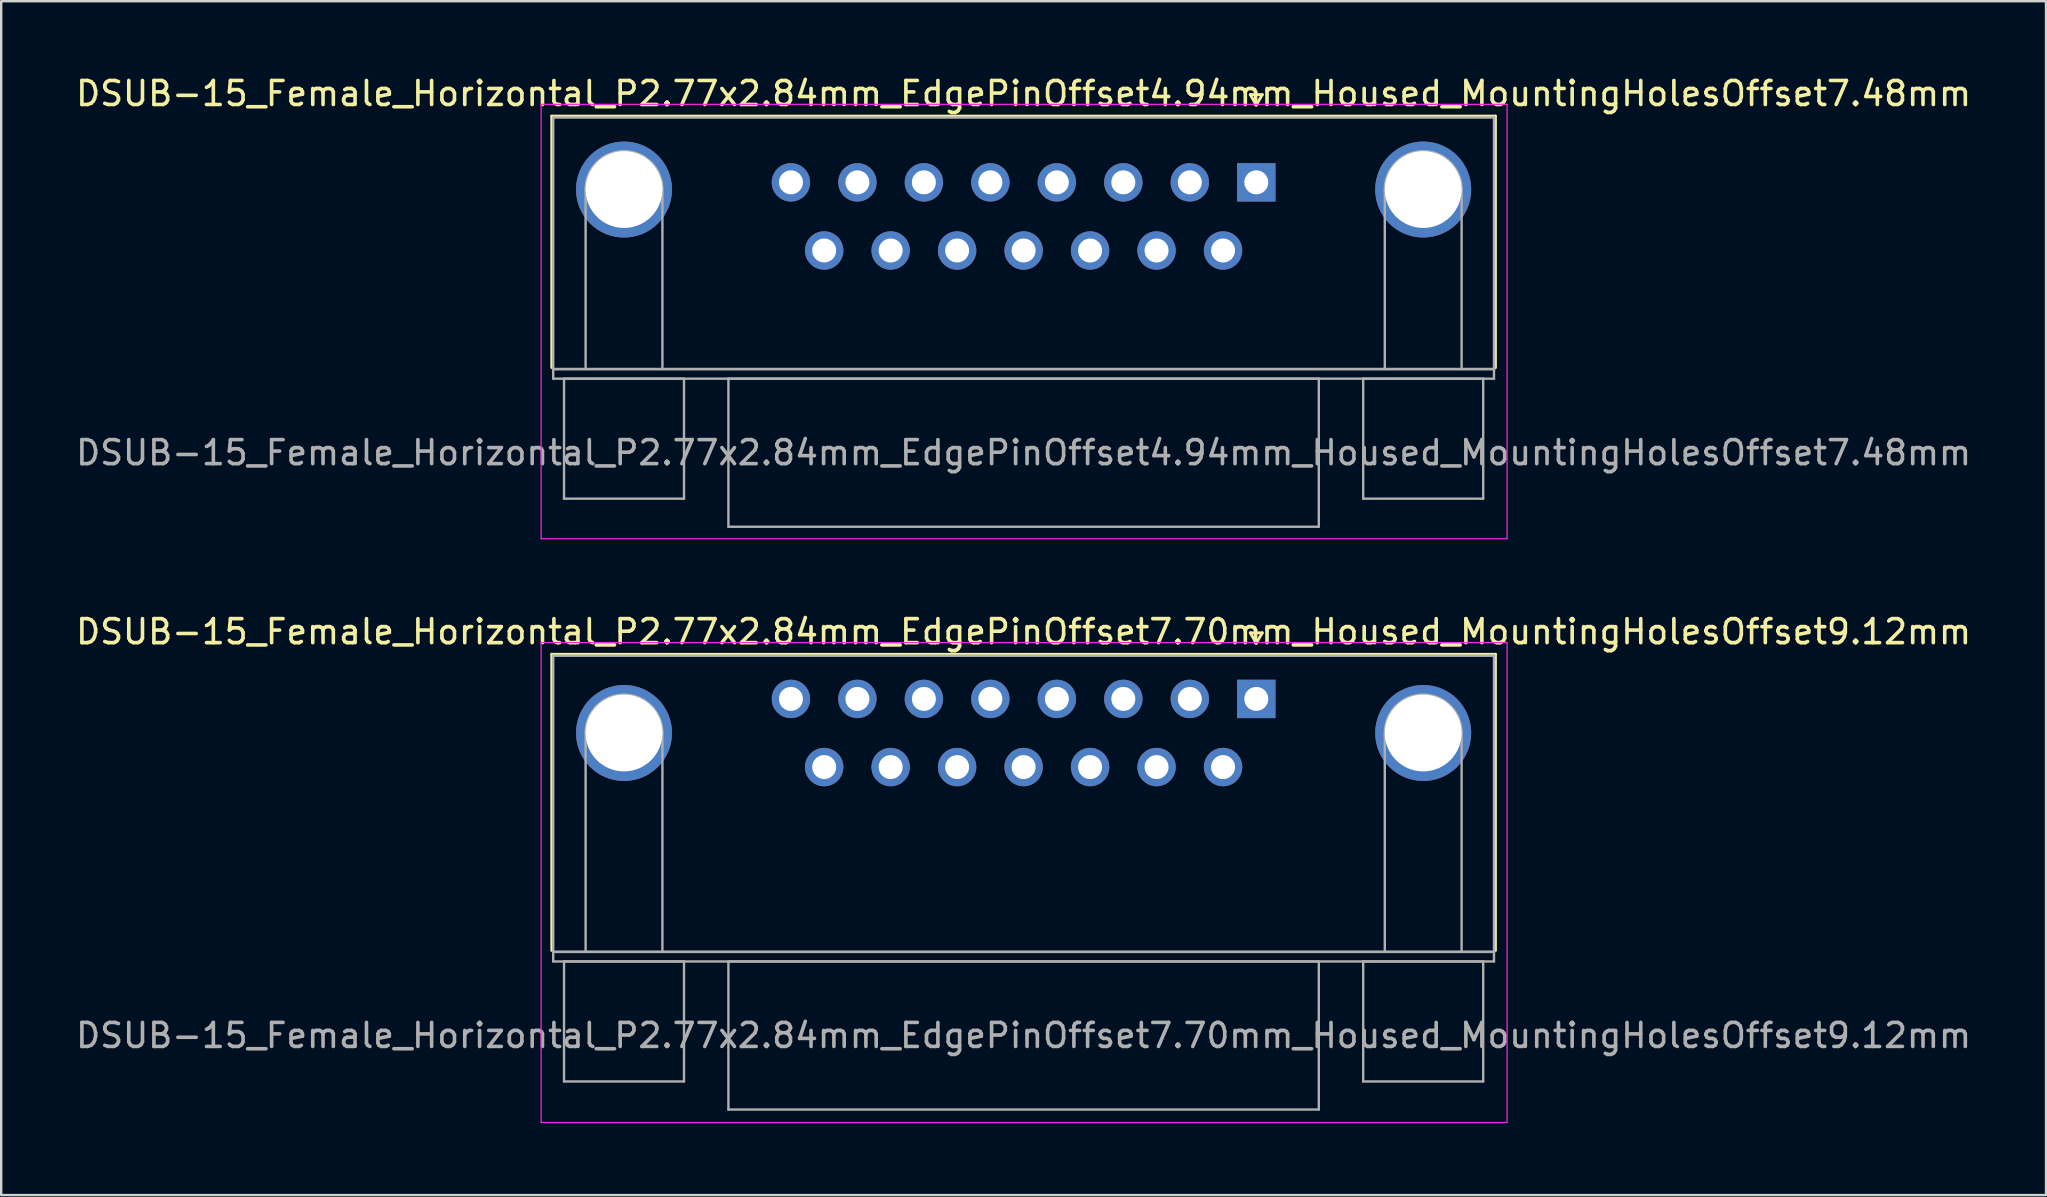
<source format=kicad_pcb>
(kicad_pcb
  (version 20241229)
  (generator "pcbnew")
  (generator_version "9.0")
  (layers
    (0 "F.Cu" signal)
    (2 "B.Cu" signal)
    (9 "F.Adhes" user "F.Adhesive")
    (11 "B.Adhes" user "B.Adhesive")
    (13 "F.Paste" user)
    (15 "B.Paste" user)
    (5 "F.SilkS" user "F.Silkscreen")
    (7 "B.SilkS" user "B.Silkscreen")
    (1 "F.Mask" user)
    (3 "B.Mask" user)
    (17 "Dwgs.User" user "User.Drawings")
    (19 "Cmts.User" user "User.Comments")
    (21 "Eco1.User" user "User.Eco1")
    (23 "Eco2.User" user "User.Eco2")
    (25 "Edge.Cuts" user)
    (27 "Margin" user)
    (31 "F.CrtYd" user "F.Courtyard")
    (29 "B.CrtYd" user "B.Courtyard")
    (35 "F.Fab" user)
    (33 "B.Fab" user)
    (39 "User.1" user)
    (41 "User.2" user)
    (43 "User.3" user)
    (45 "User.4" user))
  (footprint "DSUB-15_Female_Horizontal_P2.77x2.84mm_EdgePinOffset7.70mm_Housed_MountingHolesOffset9.12mm"
    (layer "F.Cu")
    (at 49.296 26.072)
    (property "Reference" "DSUB-15_Female_Horizontal_P2.77x2.84mm_EdgePinOffset7.70mm_Housed_MountingHolesOffset9.12mm" (at -9.695 -2.8 0) (layer "F.SilkS") (effects (font (size 1 1) (thickness 0.15))))
    (attr through_hole)
    (fp_line (start -29.355 -1.86) (end 9.965 -1.86) (stroke (width 0.12) (type solid)) (layer "F.SilkS"))
    (fp_line (start -29.355 10.48) (end -29.355 -1.86) (stroke (width 0.12) (type solid)) (layer "F.SilkS"))
    (fp_line (start -0.25 -2.754) (end 0.25 -2.754) (stroke (width 0.12) (type solid)) (layer "F.SilkS"))
    (fp_line (start 0 -2.321) (end -0.25 -2.754) (stroke (width 0.12) (type solid)) (layer "F.SilkS"))
    (fp_line (start 0.25 -2.754) (end 0 -2.321) (stroke (width 0.12) (type solid)) (layer "F.SilkS"))
    (fp_line (start 9.965 -1.86) (end 9.965 10.48) (stroke (width 0.12) (type solid)) (layer "F.SilkS"))
    (fp_line (start -29.8 -2.35) (end -29.8 17.65) (stroke (width 0.05) (type solid)) (layer "F.CrtYd"))
    (fp_line (start -29.8 17.65) (end 10.45 17.65) (stroke (width 0.05) (type solid)) (layer "F.CrtYd"))
    (fp_line (start 10.45 -2.35) (end -29.8 -2.35) (stroke (width 0.05) (type solid)) (layer "F.CrtYd"))
    (fp_line (start 10.45 17.65) (end 10.45 -2.35) (stroke (width 0.05) (type solid)) (layer "F.CrtYd"))
    (fp_line (start -29.295 -1.8) (end -29.295 10.54) (stroke (width 0.1) (type solid)) (layer "F.Fab"))
    (fp_line (start -29.295 10.54) (end -29.295 10.94) (stroke (width 0.1) (type solid)) (layer "F.Fab"))
    (fp_line (start -29.295 10.54) (end 9.905 10.54) (stroke (width 0.1) (type solid)) (layer "F.Fab"))
    (fp_line (start -29.295 10.94) (end 9.905 10.94) (stroke (width 0.1) (type solid)) (layer "F.Fab"))
    (fp_line (start -28.845 10.94) (end -28.845 15.94) (stroke (width 0.1) (type solid)) (layer "F.Fab"))
    (fp_line (start -28.845 15.94) (end -23.845 15.94) (stroke (width 0.1) (type solid)) (layer "F.Fab"))
    (fp_line (start -27.945 10.54) (end -27.945 1.42) (stroke (width 0.1) (type solid)) (layer "F.Fab"))
    (fp_line (start -24.745 10.54) (end -24.745 1.42) (stroke (width 0.1) (type solid)) (layer "F.Fab"))
    (fp_line (start -23.845 10.94) (end -28.845 10.94) (stroke (width 0.1) (type solid)) (layer "F.Fab"))
    (fp_line (start -23.845 15.94) (end -23.845 10.94) (stroke (width 0.1) (type solid)) (layer "F.Fab"))
    (fp_line (start -21.995 10.94) (end -21.995 17.11) (stroke (width 0.1) (type solid)) (layer "F.Fab"))
    (fp_line (start -21.995 17.11) (end 2.605 17.11) (stroke (width 0.1) (type solid)) (layer "F.Fab"))
    (fp_line (start 2.605 10.94) (end -21.995 10.94) (stroke (width 0.1) (type solid)) (layer "F.Fab"))
    (fp_line (start 2.605 17.11) (end 2.605 10.94) (stroke (width 0.1) (type solid)) (layer "F.Fab"))
    (fp_line (start 4.455 10.94) (end 4.455 15.94) (stroke (width 0.1) (type solid)) (layer "F.Fab"))
    (fp_line (start 4.455 15.94) (end 9.455 15.94) (stroke (width 0.1) (type solid)) (layer "F.Fab"))
    (fp_line (start 5.355 10.54) (end 5.355 1.42) (stroke (width 0.1) (type solid)) (layer "F.Fab"))
    (fp_line (start 8.555 10.54) (end 8.555 1.42) (stroke (width 0.1) (type solid)) (layer "F.Fab"))
    (fp_line (start 9.455 10.94) (end 4.455 10.94) (stroke (width 0.1) (type solid)) (layer "F.Fab"))
    (fp_line (start 9.455 15.94) (end 9.455 10.94) (stroke (width 0.1) (type solid)) (layer "F.Fab"))
    (fp_line (start 9.905 -1.8) (end -29.295 -1.8) (stroke (width 0.1) (type solid)) (layer "F.Fab"))
    (fp_line (start 9.905 10.54) (end -29.295 10.54) (stroke (width 0.1) (type solid)) (layer "F.Fab"))
    (fp_line (start 9.905 10.54) (end 9.905 -1.8) (stroke (width 0.1) (type solid)) (layer "F.Fab"))
    (fp_line (start 9.905 10.94) (end 9.905 10.54) (stroke (width 0.1) (type solid)) (layer "F.Fab"))
    (fp_arc (start -27.945 1.42) (mid -26.345 -0.18) (end -24.745 1.42) (stroke (width 0.1) (type solid)) (layer "F.Fab"))
    (fp_arc (start 5.355 1.42) (mid 6.955 -0.18) (end 8.555 1.42) (stroke (width 0.1) (type solid)) (layer "F.Fab"))
    (fp_text user "${REFERENCE}" (at -9.695 14.025 0) (layer "F.Fab") (effects (font (size 1 1) (thickness 0.15))))
    (pad "0" thru_hole circle (at -26.345 1.42) (size 4 4) (drill 3.2) (layers "*.Cu" "*.Mask"))
    (pad "0" thru_hole circle (at 6.955 1.42) (size 4 4) (drill 3.2) (layers "*.Cu" "*.Mask"))
    (pad "1" thru_hole rect (at 0 0) (size 1.6 1.6) (drill 1) (layers "*.Cu" "*.Mask"))
    (pad "2" thru_hole circle (at -2.77 0) (size 1.6 1.6) (drill 1) (layers "*.Cu" "*.Mask"))
    (pad "3" thru_hole circle (at -5.54 0) (size 1.6 1.6) (drill 1) (layers "*.Cu" "*.Mask"))
    (pad "4" thru_hole circle (at -8.31 0) (size 1.6 1.6) (drill 1) (layers "*.Cu" "*.Mask"))
    (pad "5" thru_hole circle (at -11.08 0) (size 1.6 1.6) (drill 1) (layers "*.Cu" "*.Mask"))
    (pad "6" thru_hole circle (at -13.85 0) (size 1.6 1.6) (drill 1) (layers "*.Cu" "*.Mask"))
    (pad "7" thru_hole circle (at -16.62 0) (size 1.6 1.6) (drill 1) (layers "*.Cu" "*.Mask"))
    (pad "8" thru_hole circle (at -19.39 0) (size 1.6 1.6) (drill 1) (layers "*.Cu" "*.Mask"))
    (pad "9" thru_hole circle (at -1.385 2.84) (size 1.6 1.6) (drill 1) (layers "*.Cu" "*.Mask"))
    (pad "10" thru_hole circle (at -4.155 2.84) (size 1.6 1.6) (drill 1) (layers "*.Cu" "*.Mask"))
    (pad "11" thru_hole circle (at -6.925 2.84) (size 1.6 1.6) (drill 1) (layers "*.Cu" "*.Mask"))
    (pad "12" thru_hole circle (at -9.695 2.84) (size 1.6 1.6) (drill 1) (layers "*.Cu" "*.Mask"))
    (pad "13" thru_hole circle (at -12.465 2.84) (size 1.6 1.6) (drill 1) (layers "*.Cu" "*.Mask"))
    (pad "14" thru_hole circle (at -15.235 2.84) (size 1.6 1.6) (drill 1) (layers "*.Cu" "*.Mask"))
    (pad "15" thru_hole circle (at -18.005 2.84) (size 1.6 1.6) (drill 1) (layers "*.Cu" "*.Mask")))
  (footprint "DSUB-15_Female_Horizontal_P2.77x2.84mm_EdgePinOffset4.94mm_Housed_MountingHolesOffset7.48mm"
    (layer "F.Cu")
    (at 49.296 4.548)
    (property "Reference" "DSUB-15_Female_Horizontal_P2.77x2.84mm_EdgePinOffset4.94mm_Housed_MountingHolesOffset7.48mm" (at -9.695 -3.7 0) (layer "F.SilkS") (effects (font (size 1 1) (thickness 0.15))))
    (attr through_hole)
    (fp_line (start -29.355 -2.76) (end 9.965 -2.76) (stroke (width 0.12) (type solid)) (layer "F.SilkS"))
    (fp_line (start -29.355 7.72) (end -29.355 -2.76) (stroke (width 0.12) (type solid)) (layer "F.SilkS"))
    (fp_line (start -0.25 -3.654) (end 0.25 -3.654) (stroke (width 0.12) (type solid)) (layer "F.SilkS"))
    (fp_line (start 0 -3.221) (end -0.25 -3.654) (stroke (width 0.12) (type solid)) (layer "F.SilkS"))
    (fp_line (start 0.25 -3.654) (end 0 -3.221) (stroke (width 0.12) (type solid)) (layer "F.SilkS"))
    (fp_line (start 9.965 -2.76) (end 9.965 7.72) (stroke (width 0.12) (type solid)) (layer "F.SilkS"))
    (fp_line (start -29.8 -3.25) (end -29.8 14.85) (stroke (width 0.05) (type solid)) (layer "F.CrtYd"))
    (fp_line (start -29.8 14.85) (end 10.45 14.85) (stroke (width 0.05) (type solid)) (layer "F.CrtYd"))
    (fp_line (start 10.45 -3.25) (end -29.8 -3.25) (stroke (width 0.05) (type solid)) (layer "F.CrtYd"))
    (fp_line (start 10.45 14.85) (end 10.45 -3.25) (stroke (width 0.05) (type solid)) (layer "F.CrtYd"))
    (fp_line (start -29.295 -2.7) (end -29.295 7.78) (stroke (width 0.1) (type solid)) (layer "F.Fab"))
    (fp_line (start -29.295 7.78) (end -29.295 8.18) (stroke (width 0.1) (type solid)) (layer "F.Fab"))
    (fp_line (start -29.295 7.78) (end 9.905 7.78) (stroke (width 0.1) (type solid)) (layer "F.Fab"))
    (fp_line (start -29.295 8.18) (end 9.905 8.18) (stroke (width 0.1) (type solid)) (layer "F.Fab"))
    (fp_line (start -28.845 8.18) (end -28.845 13.18) (stroke (width 0.1) (type solid)) (layer "F.Fab"))
    (fp_line (start -28.845 13.18) (end -23.845 13.18) (stroke (width 0.1) (type solid)) (layer "F.Fab"))
    (fp_line (start -27.945 7.78) (end -27.945 0.3) (stroke (width 0.1) (type solid)) (layer "F.Fab"))
    (fp_line (start -24.745 7.78) (end -24.745 0.3) (stroke (width 0.1) (type solid)) (layer "F.Fab"))
    (fp_line (start -23.845 8.18) (end -28.845 8.18) (stroke (width 0.1) (type solid)) (layer "F.Fab"))
    (fp_line (start -23.845 13.18) (end -23.845 8.18) (stroke (width 0.1) (type solid)) (layer "F.Fab"))
    (fp_line (start -21.995 8.18) (end -21.995 14.35) (stroke (width 0.1) (type solid)) (layer "F.Fab"))
    (fp_line (start -21.995 14.35) (end 2.605 14.35) (stroke (width 0.1) (type solid)) (layer "F.Fab"))
    (fp_line (start 2.605 8.18) (end -21.995 8.18) (stroke (width 0.1) (type solid)) (layer "F.Fab"))
    (fp_line (start 2.605 14.35) (end 2.605 8.18) (stroke (width 0.1) (type solid)) (layer "F.Fab"))
    (fp_line (start 4.455 8.18) (end 4.455 13.18) (stroke (width 0.1) (type solid)) (layer "F.Fab"))
    (fp_line (start 4.455 13.18) (end 9.455 13.18) (stroke (width 0.1) (type solid)) (layer "F.Fab"))
    (fp_line (start 5.355 7.78) (end 5.355 0.3) (stroke (width 0.1) (type solid)) (layer "F.Fab"))
    (fp_line (start 8.555 7.78) (end 8.555 0.3) (stroke (width 0.1) (type solid)) (layer "F.Fab"))
    (fp_line (start 9.455 8.18) (end 4.455 8.18) (stroke (width 0.1) (type solid)) (layer "F.Fab"))
    (fp_line (start 9.455 13.18) (end 9.455 8.18) (stroke (width 0.1) (type solid)) (layer "F.Fab"))
    (fp_line (start 9.905 -2.7) (end -29.295 -2.7) (stroke (width 0.1) (type solid)) (layer "F.Fab"))
    (fp_line (start 9.905 7.78) (end -29.295 7.78) (stroke (width 0.1) (type solid)) (layer "F.Fab"))
    (fp_line (start 9.905 7.78) (end 9.905 -2.7) (stroke (width 0.1) (type solid)) (layer "F.Fab"))
    (fp_line (start 9.905 8.18) (end 9.905 7.78) (stroke (width 0.1) (type solid)) (layer "F.Fab"))
    (fp_arc (start -27.945 0.3) (mid -26.345 -1.3) (end -24.745 0.3) (stroke (width 0.1) (type solid)) (layer "F.Fab"))
    (fp_arc (start 5.355 0.3) (mid 6.955 -1.3) (end 8.555 0.3) (stroke (width 0.1) (type solid)) (layer "F.Fab"))
    (fp_text user "${REFERENCE}" (at -9.695 11.265 0) (layer "F.Fab") (effects (font (size 1 1) (thickness 0.15))))
    (pad "0" thru_hole circle (at -26.345 0.3) (size 4 4) (drill 3.2) (layers "*.Cu" "*.Mask"))
    (pad "0" thru_hole circle (at 6.955 0.3) (size 4 4) (drill 3.2) (layers "*.Cu" "*.Mask"))
    (pad "1" thru_hole rect (at 0 0) (size 1.6 1.6) (drill 1) (layers "*.Cu" "*.Mask"))
    (pad "2" thru_hole circle (at -2.77 0) (size 1.6 1.6) (drill 1) (layers "*.Cu" "*.Mask"))
    (pad "3" thru_hole circle (at -5.54 0) (size 1.6 1.6) (drill 1) (layers "*.Cu" "*.Mask"))
    (pad "4" thru_hole circle (at -8.31 0) (size 1.6 1.6) (drill 1) (layers "*.Cu" "*.Mask"))
    (pad "5" thru_hole circle (at -11.08 0) (size 1.6 1.6) (drill 1) (layers "*.Cu" "*.Mask"))
    (pad "6" thru_hole circle (at -13.85 0) (size 1.6 1.6) (drill 1) (layers "*.Cu" "*.Mask"))
    (pad "7" thru_hole circle (at -16.62 0) (size 1.6 1.6) (drill 1) (layers "*.Cu" "*.Mask"))
    (pad "8" thru_hole circle (at -19.39 0) (size 1.6 1.6) (drill 1) (layers "*.Cu" "*.Mask"))
    (pad "9" thru_hole circle (at -1.385 2.84) (size 1.6 1.6) (drill 1) (layers "*.Cu" "*.Mask"))
    (pad "10" thru_hole circle (at -4.155 2.84) (size 1.6 1.6) (drill 1) (layers "*.Cu" "*.Mask"))
    (pad "11" thru_hole circle (at -6.925 2.84) (size 1.6 1.6) (drill 1) (layers "*.Cu" "*.Mask"))
    (pad "12" thru_hole circle (at -9.695 2.84) (size 1.6 1.6) (drill 1) (layers "*.Cu" "*.Mask"))
    (pad "13" thru_hole circle (at -12.465 2.84) (size 1.6 1.6) (drill 1) (layers "*.Cu" "*.Mask"))
    (pad "14" thru_hole circle (at -15.235 2.84) (size 1.6 1.6) (drill 1) (layers "*.Cu" "*.Mask"))
    (pad "15" thru_hole circle (at -18.005 2.84) (size 1.6 1.6) (drill 1) (layers "*.Cu" "*.Mask")))
  (gr_rect
    (start -3 -3)
    (end 82.202 46.746)
    (stroke (width 0.1) (type default))
    (fill no)
    (layer "Edge.Cuts")))
</source>
